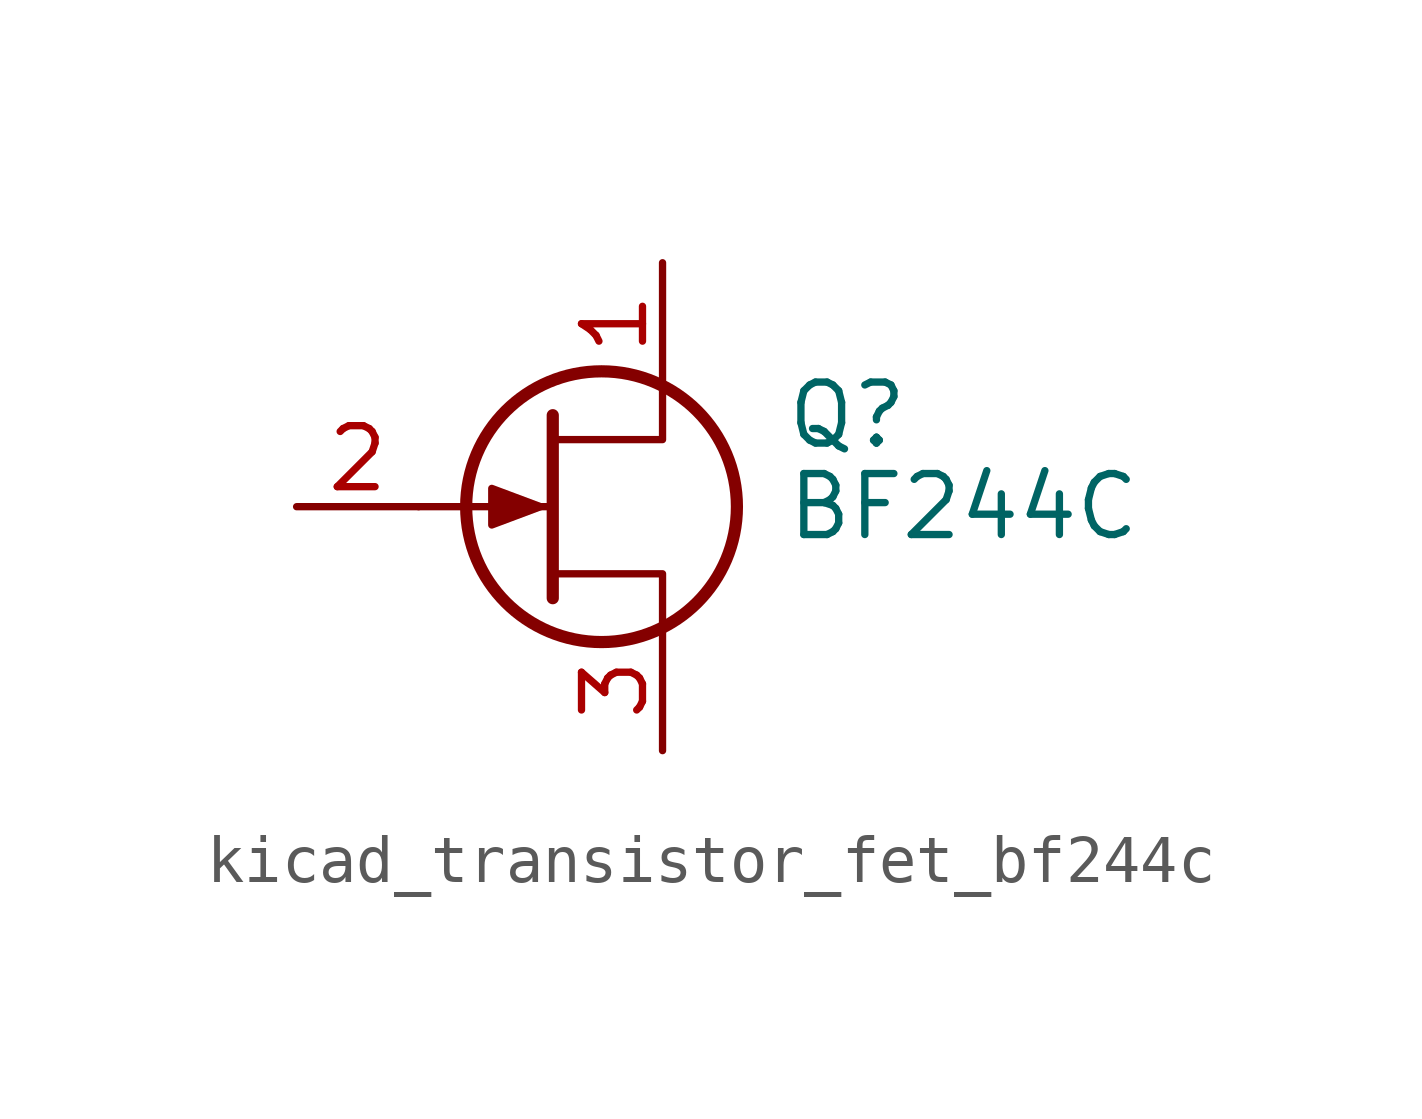
<source format=kicad_sym>
(kicad_symbol_lib
  (version 20220914)
  (generator kicad_symbol_editor)
  (symbol "kicad_transistor_fet_bf244c"
    (pin_names hide)
    (property "Reference" "Q"
      (at 5.08 1.905 0)
      (effects (font (size 1.27 1.27)) (justify left)))
    (property "Value" "BF244C"
      (at 5.08 0 0)
      (effects (font (size 1.27 1.27)) (justify left)))
    (symbol "kicad_transistor_fet_bf244c_0_1"
      (polyline (pts (xy 0.254 0) (xy -2.54 0)) (stroke (width 0) (type default)) (fill (type none)))
      (polyline (pts (xy 0.254 1.905) (xy 0.254 -1.905)) (stroke (width 0.254) (type default)) (fill (type none)))
      (polyline (pts (xy 2.54 -2.54) (xy 2.54 -1.397) (xy 0.254 -1.397)) (stroke (width 0) (type default)) (fill (type none)))
      (polyline (pts (xy 2.54 2.54) (xy 2.54 1.397) (xy 0.254 1.397)) (stroke (width 0) (type default)) (fill (type none)))
      (polyline (pts (xy 0 0) (xy -1.016 0.381) (xy -1.016 -0.381) (xy 0 0)) (stroke (width 0) (type default)) (fill (type outline)))
      (circle (center 1.27 0) (radius 2.819) (stroke (width 0.254) (type default)) (fill (type none))))
    (symbol "kicad_transistor_fet_bf244c_1_1"
      (pin passive line (at 2.54 5.08 270) (length 2.54) (name "D" (effects (font (size 1.27 1.27)))) (number "1" (effects (font (size 1.27 1.27)))))
      (pin input line (at -5.08 0 0) (length 2.54) (name "G" (effects (font (size 1.27 1.27)))) (number "2" (effects (font (size 1.27 1.27)))))
      (pin passive line (at 2.54 -5.08 90) (length 2.54) (name "S" (effects (font (size 1.27 1.27)))) (number "3" (effects (font (size 1.27 1.27))))))))
</source>
